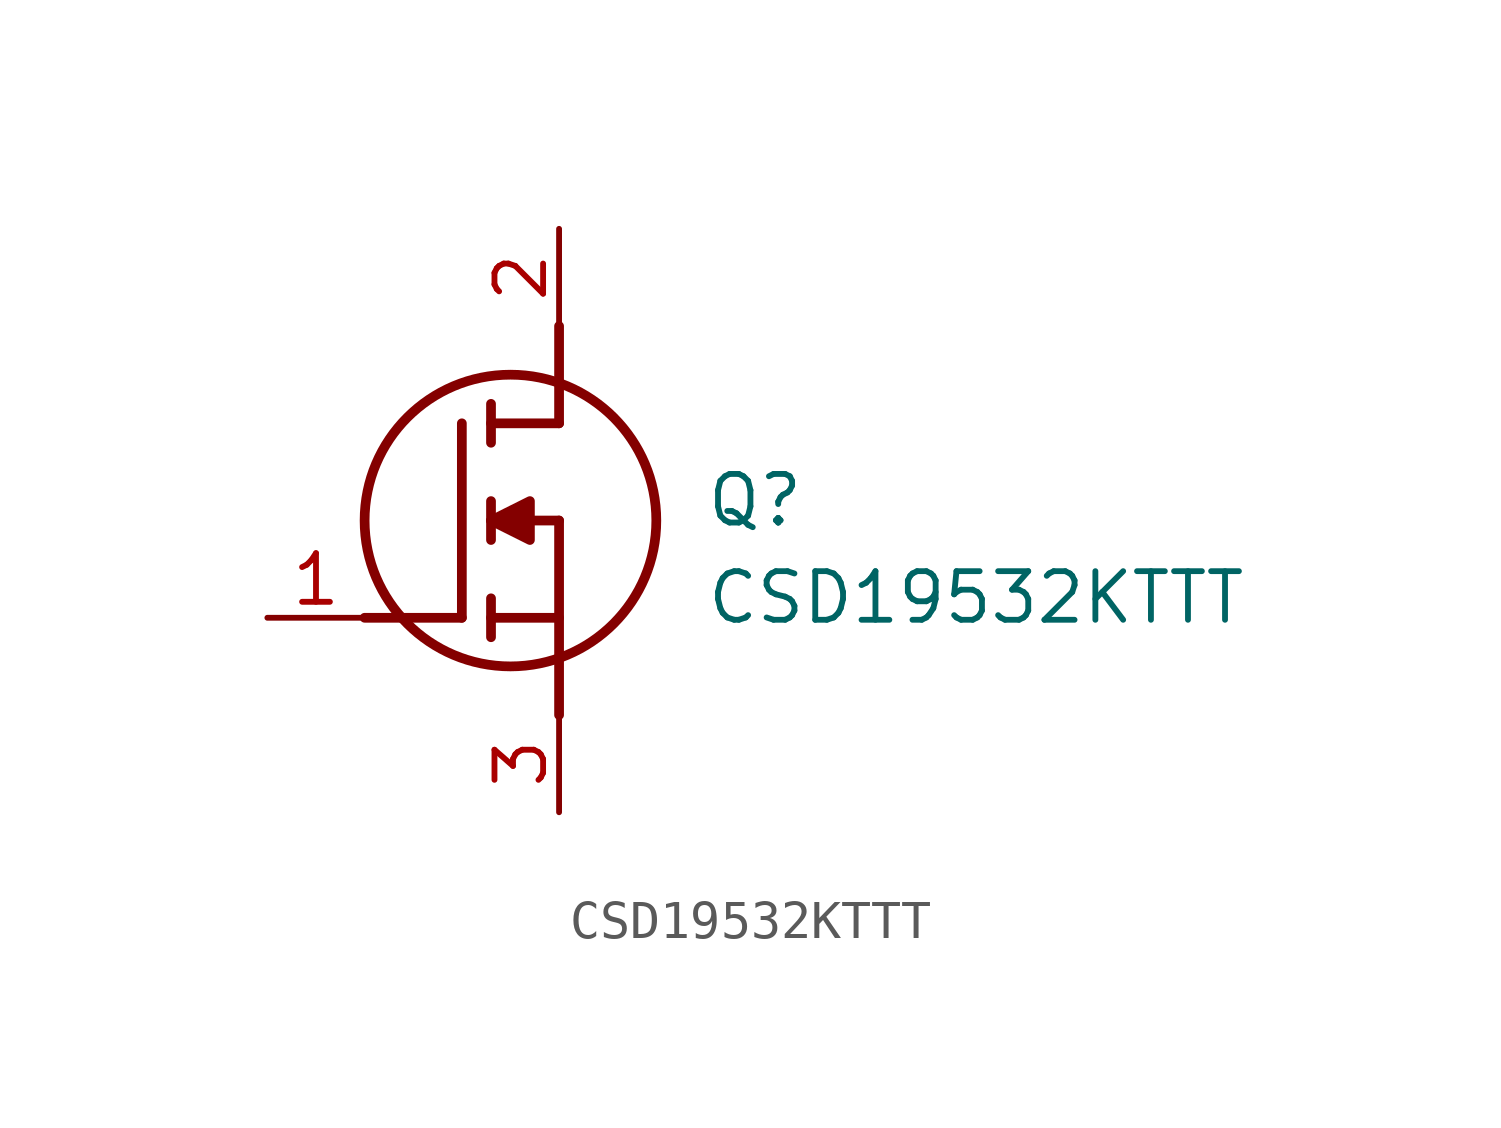
<source format=kicad_sym>
(kicad_symbol_lib
  (version 20211014)
  (generator SamacSys_ECAD_Model)
  (symbol "CSD19532KTTT"
    (pin_names hide)
    (property "Reference" "Q"
      (at 11.43 3.81 0)
      (effects (font (size 1.27 1.27)) (justify left top)))
    (property "Value" "CSD19532KTTT"
      (at 11.43 1.27 0)
      (effects (font (size 1.27 1.27)) (justify left top)))
    (polyline
      (pts (xy 7.62 2.54) (xy 7.62 -2.54))
      (stroke (width 0.254) (type default))
      (fill (type none)))
    (polyline
      (pts (xy 7.62 5.08) (xy 7.62 7.62))
      (stroke (width 0.254) (type default))
      (fill (type none)))
    (polyline
      (pts (xy 2.54 0) (xy 5.08 0))
      (stroke (width 0.254) (type default))
      (fill (type none)))
    (polyline
      (pts (xy 5.08 5.08) (xy 5.08 0))
      (stroke (width 0.254) (type default))
      (fill (type none)))
    (polyline
      (pts (xy 7.62 2.54) (xy 5.842 2.54))
      (stroke (width 0.254) (type default))
      (fill (type none)))
    (polyline
      (pts (xy 7.62 5.08) (xy 5.842 5.08))
      (stroke (width 0.254) (type default))
      (fill (type none)))
    (polyline
      (pts (xy 5.842 0) (xy 7.62 0))
      (stroke (width 0.254) (type default))
      (fill (type none)))
    (polyline
      (pts (xy 5.842 5.588) (xy 5.842 4.572))
      (stroke (width 0.254) (type default))
      (fill (type none)))
    (polyline
      (pts (xy 5.842 -0.508) (xy 5.842 0.508))
      (stroke (width 0.254) (type default))
      (fill (type none)))
    (polyline
      (pts (xy 5.842 2.032) (xy 5.842 3.048))
      (stroke (width 0.254) (type default))
      (fill (type none)))
    (circle
      (center 6.35 2.54)
      (radius 3.81)
      (stroke (width 0.254) (type default))
      (fill (type none)))
    (polyline
      (pts (xy 5.842 2.54) (xy 6.858 3.048) (xy 6.858 2.032) (xy 5.842 2.54))
      (stroke (width 0.254) (type default))
      (fill (type outline)))
    (pin passive line
      (at 0 0 0)
      (length 2.54)
      (name "G" (effects (font (size 1.27 1.27))))
      (number "1" (effects (font (size 1.27 1.27)))))
    (pin passive line
      (at 7.62 10.16 270)
      (length 2.54)
      (name "D" (effects (font (size 1.27 1.27))))
      (number "2" (effects (font (size 1.27 1.27)))))
    (pin passive line
      (at 7.62 -5.08 90)
      (length 2.54)
      (name "S" (effects (font (size 1.27 1.27))))
      (number "3" (effects (font (size 1.27 1.27)))))))
</source>
